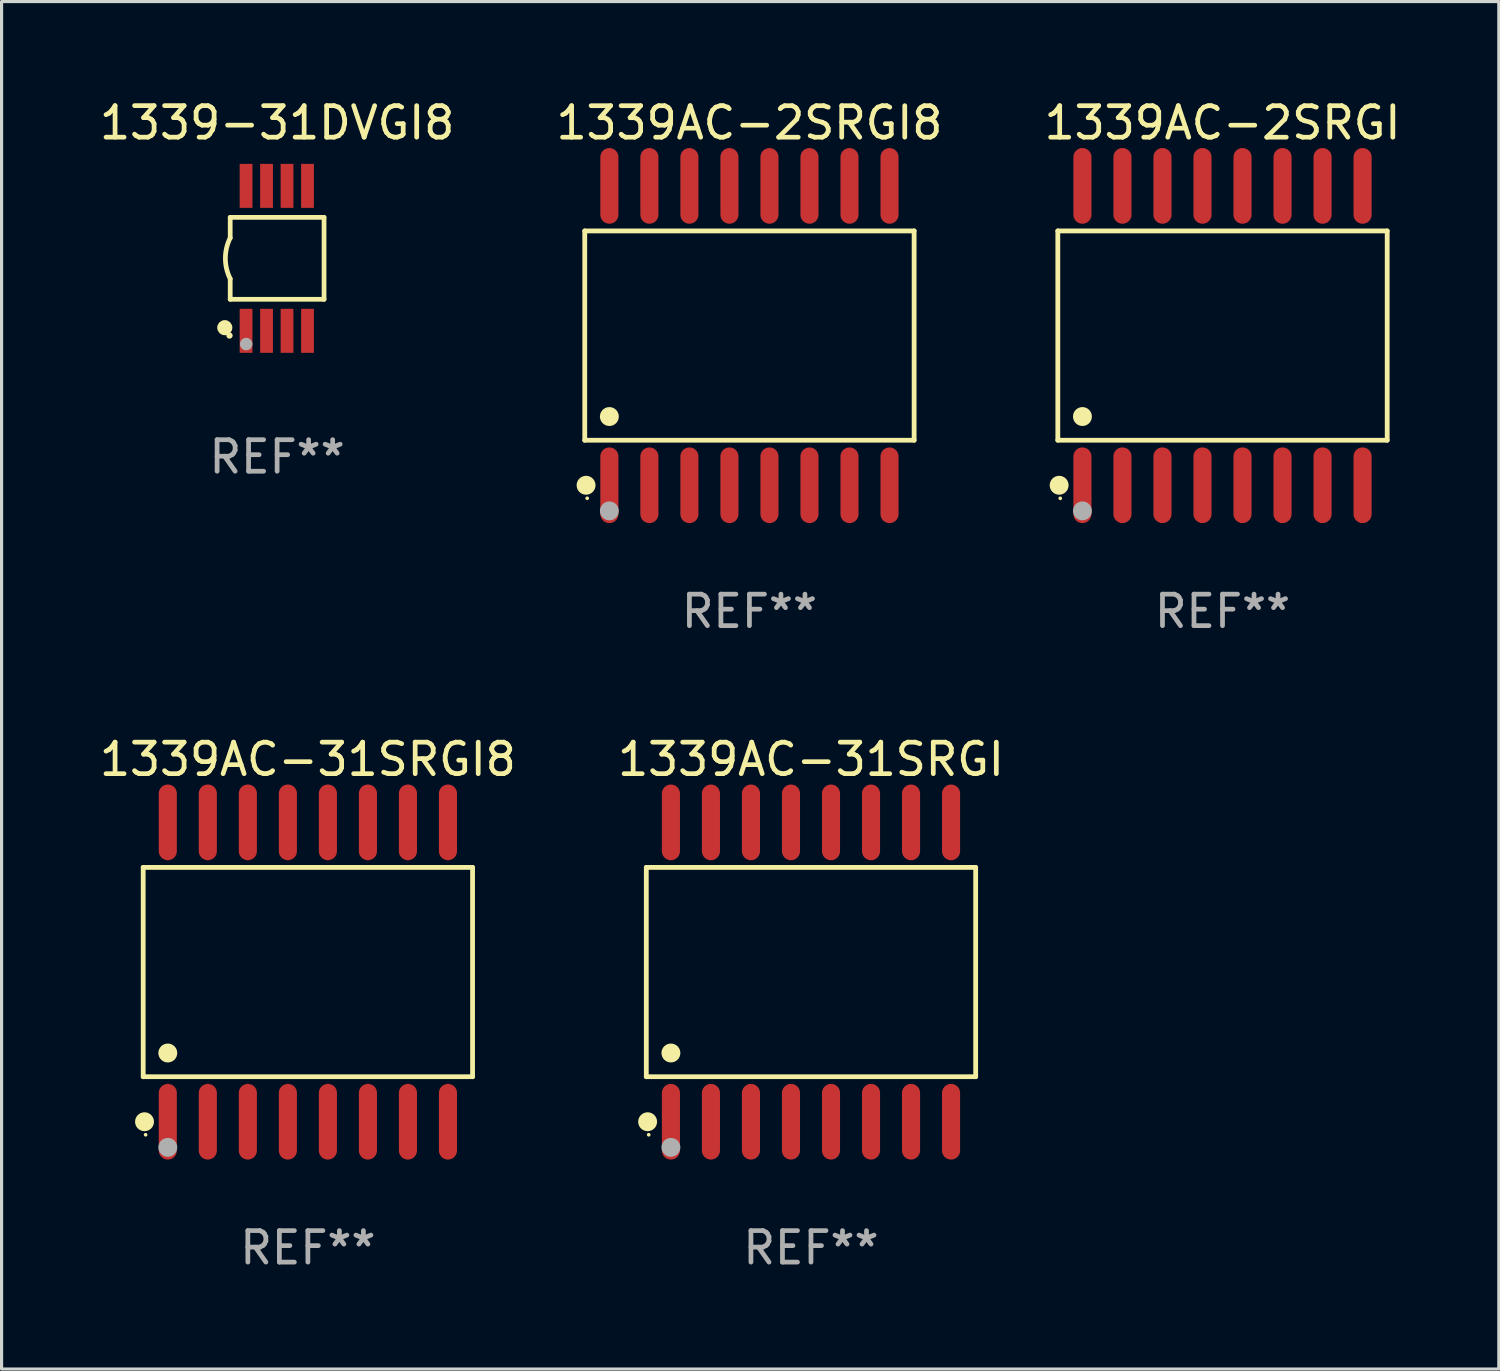
<source format=kicad_pcb>
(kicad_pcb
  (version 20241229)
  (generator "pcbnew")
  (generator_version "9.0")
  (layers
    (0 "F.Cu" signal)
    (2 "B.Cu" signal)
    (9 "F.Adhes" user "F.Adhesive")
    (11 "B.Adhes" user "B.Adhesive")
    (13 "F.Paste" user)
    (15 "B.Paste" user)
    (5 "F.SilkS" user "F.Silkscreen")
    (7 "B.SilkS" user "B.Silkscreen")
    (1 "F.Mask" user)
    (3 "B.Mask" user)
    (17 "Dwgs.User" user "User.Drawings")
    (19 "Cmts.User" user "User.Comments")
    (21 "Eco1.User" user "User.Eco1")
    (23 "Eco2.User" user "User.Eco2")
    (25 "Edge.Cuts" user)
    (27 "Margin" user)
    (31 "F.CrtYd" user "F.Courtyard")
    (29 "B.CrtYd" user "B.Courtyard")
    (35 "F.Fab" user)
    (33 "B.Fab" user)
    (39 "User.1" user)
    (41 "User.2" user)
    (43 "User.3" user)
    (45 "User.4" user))
  (footprint "1339AC-2SRGI8"
    (layer "F.Cu")
    (at 20.732 7.599)
    (property "Reference" "1339AC-2SRGI8" (at 0 -6.75 0) (layer "F.SilkS") (effects (font (size 1 1) (thickness 0.15))))
    (attr through_hole)
    (fp_line (start -5.226 -3.321) (end 5.226 -3.321) (stroke (width 0.152) (type solid)) (layer "F.SilkS"))
    (fp_line (start -5.226 3.321) (end -5.226 -3.321) (stroke (width 0.152) (type solid)) (layer "F.SilkS"))
    (fp_line (start 5.226 -3.321) (end 5.226 3.321) (stroke (width 0.152) (type solid)) (layer "F.SilkS"))
    (fp_line (start 5.226 3.321) (end -5.226 3.321) (stroke (width 0.152) (type solid)) (layer "F.SilkS"))
    (fp_circle (center -5.184 4.75) (end -5.034 4.75) (stroke (width 0.3) (type solid)) (fill no) (layer "F.SilkS"))
    (fp_circle (center -5.15 5.163) (end -5.12 5.163) (stroke (width 0.06) (type solid)) (fill no) (layer "F.SilkS"))
    (fp_circle (center -4.445 2.569) (end -4.295 2.569) (stroke (width 0.3) (type solid)) (fill no) (layer "F.SilkS"))
    (fp_circle (center -4.445 5.563) (end -4.295 5.563) (stroke (width 0.3) (type solid)) (fill no) (layer "F.Fab"))
    (fp_text user "REF**" (at 0 8.75 0) (layer "F.Fab") (effects (font (size 1 1) (thickness 0.15))))
    (pad "1" smd oval (at -4.445 4.75) (size 0.574 2.401) (layers "F.Cu" "F.Mask" "F.Paste"))
    (pad "2" smd oval (at -3.175 4.75) (size 0.574 2.401) (layers "F.Cu" "F.Mask" "F.Paste"))
    (pad "3" smd oval (at -1.905 4.75) (size 0.574 2.401) (layers "F.Cu" "F.Mask" "F.Paste"))
    (pad "4" smd oval (at -0.635 4.75) (size 0.574 2.401) (layers "F.Cu" "F.Mask" "F.Paste"))
    (pad "5" smd oval (at 0.635 4.75) (size 0.574 2.401) (layers "F.Cu" "F.Mask" "F.Paste"))
    (pad "6" smd oval (at 1.905 4.75) (size 0.574 2.401) (layers "F.Cu" "F.Mask" "F.Paste"))
    (pad "7" smd oval (at 3.175 4.75) (size 0.574 2.401) (layers "F.Cu" "F.Mask" "F.Paste"))
    (pad "8" smd oval (at 4.445 4.75) (size 0.574 2.401) (layers "F.Cu" "F.Mask" "F.Paste"))
    (pad "9" smd oval (at 4.445 -4.75) (size 0.574 2.401) (layers "F.Cu" "F.Mask" "F.Paste"))
    (pad "10" smd oval (at 3.175 -4.75) (size 0.574 2.401) (layers "F.Cu" "F.Mask" "F.Paste"))
    (pad "11" smd oval (at 1.905 -4.75) (size 0.574 2.401) (layers "F.Cu" "F.Mask" "F.Paste"))
    (pad "12" smd oval (at 0.635 -4.75) (size 0.574 2.401) (layers "F.Cu" "F.Mask" "F.Paste"))
    (pad "13" smd oval (at -0.635 -4.75) (size 0.574 2.401) (layers "F.Cu" "F.Mask" "F.Paste"))
    (pad "14" smd oval (at -1.905 -4.75) (size 0.574 2.401) (layers "F.Cu" "F.Mask" "F.Paste"))
    (pad "15" smd oval (at -3.175 -4.75) (size 0.574 2.401) (layers "F.Cu" "F.Mask" "F.Paste"))
    (pad "16" smd oval (at -4.445 -4.75) (size 0.574 2.401) (layers "F.Cu" "F.Mask" "F.Paste")))
  (footprint "1339AC-31SRGI"
    (layer "F.Cu")
    (at 22.685 27.796)
    (property "Reference" "1339AC-31SRGI" (at 0 -6.75 0) (layer "F.SilkS") (effects (font (size 1 1) (thickness 0.15))))
    (attr through_hole)
    (fp_line (start -5.226 -3.321) (end 5.226 -3.321) (stroke (width 0.152) (type solid)) (layer "F.SilkS"))
    (fp_line (start -5.226 3.321) (end -5.226 -3.321) (stroke (width 0.152) (type solid)) (layer "F.SilkS"))
    (fp_line (start 5.226 -3.321) (end 5.226 3.321) (stroke (width 0.152) (type solid)) (layer "F.SilkS"))
    (fp_line (start 5.226 3.321) (end -5.226 3.321) (stroke (width 0.152) (type solid)) (layer "F.SilkS"))
    (fp_circle (center -5.184 4.75) (end -5.034 4.75) (stroke (width 0.3) (type solid)) (fill no) (layer "F.SilkS"))
    (fp_circle (center -5.15 5.163) (end -5.12 5.163) (stroke (width 0.06) (type solid)) (fill no) (layer "F.SilkS"))
    (fp_circle (center -4.445 2.569) (end -4.295 2.569) (stroke (width 0.3) (type solid)) (fill no) (layer "F.SilkS"))
    (fp_circle (center -4.445 5.563) (end -4.295 5.563) (stroke (width 0.3) (type solid)) (fill no) (layer "F.Fab"))
    (fp_text user "REF**" (at 0 8.75 0) (layer "F.Fab") (effects (font (size 1 1) (thickness 0.15))))
    (pad "1" smd oval (at -4.445 4.75) (size 0.574 2.401) (layers "F.Cu" "F.Mask" "F.Paste"))
    (pad "2" smd oval (at -3.175 4.75) (size 0.574 2.401) (layers "F.Cu" "F.Mask" "F.Paste"))
    (pad "3" smd oval (at -1.905 4.75) (size 0.574 2.401) (layers "F.Cu" "F.Mask" "F.Paste"))
    (pad "4" smd oval (at -0.635 4.75) (size 0.574 2.401) (layers "F.Cu" "F.Mask" "F.Paste"))
    (pad "5" smd oval (at 0.635 4.75) (size 0.574 2.401) (layers "F.Cu" "F.Mask" "F.Paste"))
    (pad "6" smd oval (at 1.905 4.75) (size 0.574 2.401) (layers "F.Cu" "F.Mask" "F.Paste"))
    (pad "7" smd oval (at 3.175 4.75) (size 0.574 2.401) (layers "F.Cu" "F.Mask" "F.Paste"))
    (pad "8" smd oval (at 4.445 4.75) (size 0.574 2.401) (layers "F.Cu" "F.Mask" "F.Paste"))
    (pad "9" smd oval (at 4.445 -4.75) (size 0.574 2.401) (layers "F.Cu" "F.Mask" "F.Paste"))
    (pad "10" smd oval (at 3.175 -4.75) (size 0.574 2.401) (layers "F.Cu" "F.Mask" "F.Paste"))
    (pad "11" smd oval (at 1.905 -4.75) (size 0.574 2.401) (layers "F.Cu" "F.Mask" "F.Paste"))
    (pad "12" smd oval (at 0.635 -4.75) (size 0.574 2.401) (layers "F.Cu" "F.Mask" "F.Paste"))
    (pad "13" smd oval (at -0.635 -4.75) (size 0.574 2.401) (layers "F.Cu" "F.Mask" "F.Paste"))
    (pad "14" smd oval (at -1.905 -4.75) (size 0.574 2.401) (layers "F.Cu" "F.Mask" "F.Paste"))
    (pad "15" smd oval (at -3.175 -4.75) (size 0.574 2.401) (layers "F.Cu" "F.Mask" "F.Paste"))
    (pad "16" smd oval (at -4.445 -4.75) (size 0.574 2.401) (layers "F.Cu" "F.Mask" "F.Paste")))
  (footprint "1339AC-31SRGI8"
    (layer "F.Cu")
    (at 6.72 27.796)
    (property "Reference" "1339AC-31SRGI8" (at 0 -6.75 0) (layer "F.SilkS") (effects (font (size 1 1) (thickness 0.15))))
    (attr through_hole)
    (fp_line (start -5.226 -3.321) (end 5.226 -3.321) (stroke (width 0.152) (type solid)) (layer "F.SilkS"))
    (fp_line (start -5.226 3.321) (end -5.226 -3.321) (stroke (width 0.152) (type solid)) (layer "F.SilkS"))
    (fp_line (start 5.226 -3.321) (end 5.226 3.321) (stroke (width 0.152) (type solid)) (layer "F.SilkS"))
    (fp_line (start 5.226 3.321) (end -5.226 3.321) (stroke (width 0.152) (type solid)) (layer "F.SilkS"))
    (fp_circle (center -5.184 4.75) (end -5.034 4.75) (stroke (width 0.3) (type solid)) (fill no) (layer "F.SilkS"))
    (fp_circle (center -5.15 5.163) (end -5.12 5.163) (stroke (width 0.06) (type solid)) (fill no) (layer "F.SilkS"))
    (fp_circle (center -4.445 2.569) (end -4.295 2.569) (stroke (width 0.3) (type solid)) (fill no) (layer "F.SilkS"))
    (fp_circle (center -4.445 5.563) (end -4.295 5.563) (stroke (width 0.3) (type solid)) (fill no) (layer "F.Fab"))
    (fp_text user "REF**" (at 0 8.75 0) (layer "F.Fab") (effects (font (size 1 1) (thickness 0.15))))
    (pad "1" smd oval (at -4.445 4.75) (size 0.574 2.401) (layers "F.Cu" "F.Mask" "F.Paste"))
    (pad "2" smd oval (at -3.175 4.75) (size 0.574 2.401) (layers "F.Cu" "F.Mask" "F.Paste"))
    (pad "3" smd oval (at -1.905 4.75) (size 0.574 2.401) (layers "F.Cu" "F.Mask" "F.Paste"))
    (pad "4" smd oval (at -0.635 4.75) (size 0.574 2.401) (layers "F.Cu" "F.Mask" "F.Paste"))
    (pad "5" smd oval (at 0.635 4.75) (size 0.574 2.401) (layers "F.Cu" "F.Mask" "F.Paste"))
    (pad "6" smd oval (at 1.905 4.75) (size 0.574 2.401) (layers "F.Cu" "F.Mask" "F.Paste"))
    (pad "7" smd oval (at 3.175 4.75) (size 0.574 2.401) (layers "F.Cu" "F.Mask" "F.Paste"))
    (pad "8" smd oval (at 4.445 4.75) (size 0.574 2.401) (layers "F.Cu" "F.Mask" "F.Paste"))
    (pad "9" smd oval (at 4.445 -4.75) (size 0.574 2.401) (layers "F.Cu" "F.Mask" "F.Paste"))
    (pad "10" smd oval (at 3.175 -4.75) (size 0.574 2.401) (layers "F.Cu" "F.Mask" "F.Paste"))
    (pad "11" smd oval (at 1.905 -4.75) (size 0.574 2.401) (layers "F.Cu" "F.Mask" "F.Paste"))
    (pad "12" smd oval (at 0.635 -4.75) (size 0.574 2.401) (layers "F.Cu" "F.Mask" "F.Paste"))
    (pad "13" smd oval (at -0.635 -4.75) (size 0.574 2.401) (layers "F.Cu" "F.Mask" "F.Paste"))
    (pad "14" smd oval (at -1.905 -4.75) (size 0.574 2.401) (layers "F.Cu" "F.Mask" "F.Paste"))
    (pad "15" smd oval (at -3.175 -4.75) (size 0.574 2.401) (layers "F.Cu" "F.Mask" "F.Paste"))
    (pad "16" smd oval (at -4.445 -4.75) (size 0.574 2.401) (layers "F.Cu" "F.Mask" "F.Paste")))
  (footprint "1339-31DVGI8"
    (layer "F.Cu")
    (at 5.744 5.148)
    (property "Reference" "1339-31DVGI8" (at 0 -4.3 0) (layer "F.SilkS") (effects (font (size 1 1) (thickness 0.15))))
    (attr through_hole)
    (fp_line (start -1.489 -1.3) (end -1.489 -0.648) (stroke (width 0.15) (type solid)) (layer "F.SilkS"))
    (fp_line (start -1.489 0.648) (end -1.489 1.3) (stroke (width 0.15) (type solid)) (layer "F.SilkS"))
    (fp_line (start -1.489 1.3) (end 1.489 1.3) (stroke (width 0.15) (type solid)) (layer "F.SilkS"))
    (fp_line (start 1.489 -1.3) (end -1.489 -1.3) (stroke (width 0.15) (type solid)) (layer "F.SilkS"))
    (fp_line (start 1.489 1.3) (end 1.489 -1.3) (stroke (width 0.15) (type solid)) (layer "F.SilkS"))
    (fp_arc (start -1.489205 0.647702) (mid -1.642107 0) (end -1.489205 -0.647701) (stroke (width 0.150013) (type solid)) (layer "F.SilkS"))
    (fp_circle (center -1.661 2.2) (end -1.541 2.2) (stroke (width 0.24) (type solid)) (fill no) (layer "F.SilkS"))
    (fp_circle (center -1.511 2.45) (end -1.461 2.45) (stroke (width 0.1) (type solid)) (fill no) (layer "F.SilkS"))
    (fp_circle (center -0.981 2.72) (end -0.881 2.72) (stroke (width 0.2) (type solid)) (fill no) (layer "F.Fab"))
    (fp_text user "REF**" (at 0 6.3 0) (layer "F.Fab") (effects (font (size 1 1) (thickness 0.15))))
    (pad "1" smd rect (at -0.986 2.3) (size 0.406 1.397) (layers "F.Cu" "F.Mask" "F.Paste"))
    (pad "2" smd rect (at -0.336 2.3) (size 0.406 1.397) (layers "F.Cu" "F.Mask" "F.Paste"))
    (pad "3" smd rect (at 0.314 2.3) (size 0.406 1.397) (layers "F.Cu" "F.Mask" "F.Paste"))
    (pad "4" smd rect (at 0.964 2.3) (size 0.406 1.397) (layers "F.Cu" "F.Mask" "F.Paste"))
    (pad "5" smd rect (at 0.964 -2.3) (size 0.406 1.397) (layers "F.Cu" "F.Mask" "F.Paste"))
    (pad "6" smd rect (at 0.314 -2.3) (size 0.406 1.397) (layers "F.Cu" "F.Mask" "F.Paste"))
    (pad "7" smd rect (at -0.336 -2.3) (size 0.406 1.397) (layers "F.Cu" "F.Mask" "F.Paste"))
    (pad "8" smd rect (at -0.986 -2.3) (size 0.406 1.397) (layers "F.Cu" "F.Mask" "F.Paste")))
  (footprint "1339AC-2SRGI"
    (layer "F.Cu")
    (at 35.744 7.599)
    (property "Reference" "1339AC-2SRGI" (at 0 -6.75 0) (layer "F.SilkS") (effects (font (size 1 1) (thickness 0.15))))
    (attr through_hole)
    (fp_line (start -5.226 -3.321) (end 5.226 -3.321) (stroke (width 0.152) (type solid)) (layer "F.SilkS"))
    (fp_line (start -5.226 3.321) (end -5.226 -3.321) (stroke (width 0.152) (type solid)) (layer "F.SilkS"))
    (fp_line (start 5.226 -3.321) (end 5.226 3.321) (stroke (width 0.152) (type solid)) (layer "F.SilkS"))
    (fp_line (start 5.226 3.321) (end -5.226 3.321) (stroke (width 0.152) (type solid)) (layer "F.SilkS"))
    (fp_circle (center -5.184 4.75) (end -5.034 4.75) (stroke (width 0.3) (type solid)) (fill no) (layer "F.SilkS"))
    (fp_circle (center -5.15 5.163) (end -5.12 5.163) (stroke (width 0.06) (type solid)) (fill no) (layer "F.SilkS"))
    (fp_circle (center -4.445 2.569) (end -4.295 2.569) (stroke (width 0.3) (type solid)) (fill no) (layer "F.SilkS"))
    (fp_circle (center -4.445 5.563) (end -4.295 5.563) (stroke (width 0.3) (type solid)) (fill no) (layer "F.Fab"))
    (fp_text user "REF**" (at 0 8.75 0) (layer "F.Fab") (effects (font (size 1 1) (thickness 0.15))))
    (pad "1" smd oval (at -4.445 4.75) (size 0.574 2.401) (layers "F.Cu" "F.Mask" "F.Paste"))
    (pad "2" smd oval (at -3.175 4.75) (size 0.574 2.401) (layers "F.Cu" "F.Mask" "F.Paste"))
    (pad "3" smd oval (at -1.905 4.75) (size 0.574 2.401) (layers "F.Cu" "F.Mask" "F.Paste"))
    (pad "4" smd oval (at -0.635 4.75) (size 0.574 2.401) (layers "F.Cu" "F.Mask" "F.Paste"))
    (pad "5" smd oval (at 0.635 4.75) (size 0.574 2.401) (layers "F.Cu" "F.Mask" "F.Paste"))
    (pad "6" smd oval (at 1.905 4.75) (size 0.574 2.401) (layers "F.Cu" "F.Mask" "F.Paste"))
    (pad "7" smd oval (at 3.175 4.75) (size 0.574 2.401) (layers "F.Cu" "F.Mask" "F.Paste"))
    (pad "8" smd oval (at 4.445 4.75) (size 0.574 2.401) (layers "F.Cu" "F.Mask" "F.Paste"))
    (pad "9" smd oval (at 4.445 -4.75) (size 0.574 2.401) (layers "F.Cu" "F.Mask" "F.Paste"))
    (pad "10" smd oval (at 3.175 -4.75) (size 0.574 2.401) (layers "F.Cu" "F.Mask" "F.Paste"))
    (pad "11" smd oval (at 1.905 -4.75) (size 0.574 2.401) (layers "F.Cu" "F.Mask" "F.Paste"))
    (pad "12" smd oval (at 0.635 -4.75) (size 0.574 2.401) (layers "F.Cu" "F.Mask" "F.Paste"))
    (pad "13" smd oval (at -0.635 -4.75) (size 0.574 2.401) (layers "F.Cu" "F.Mask" "F.Paste"))
    (pad "14" smd oval (at -1.905 -4.75) (size 0.574 2.401) (layers "F.Cu" "F.Mask" "F.Paste"))
    (pad "15" smd oval (at -3.175 -4.75) (size 0.574 2.401) (layers "F.Cu" "F.Mask" "F.Paste"))
    (pad "16" smd oval (at -4.445 -4.75) (size 0.574 2.401) (layers "F.Cu" "F.Mask" "F.Paste")))
  (gr_rect
    (start -3 -3)
    (end 44.512 40.394)
    (stroke (width 0.1) (type default))
    (fill no)
    (layer "Edge.Cuts")))
</source>
